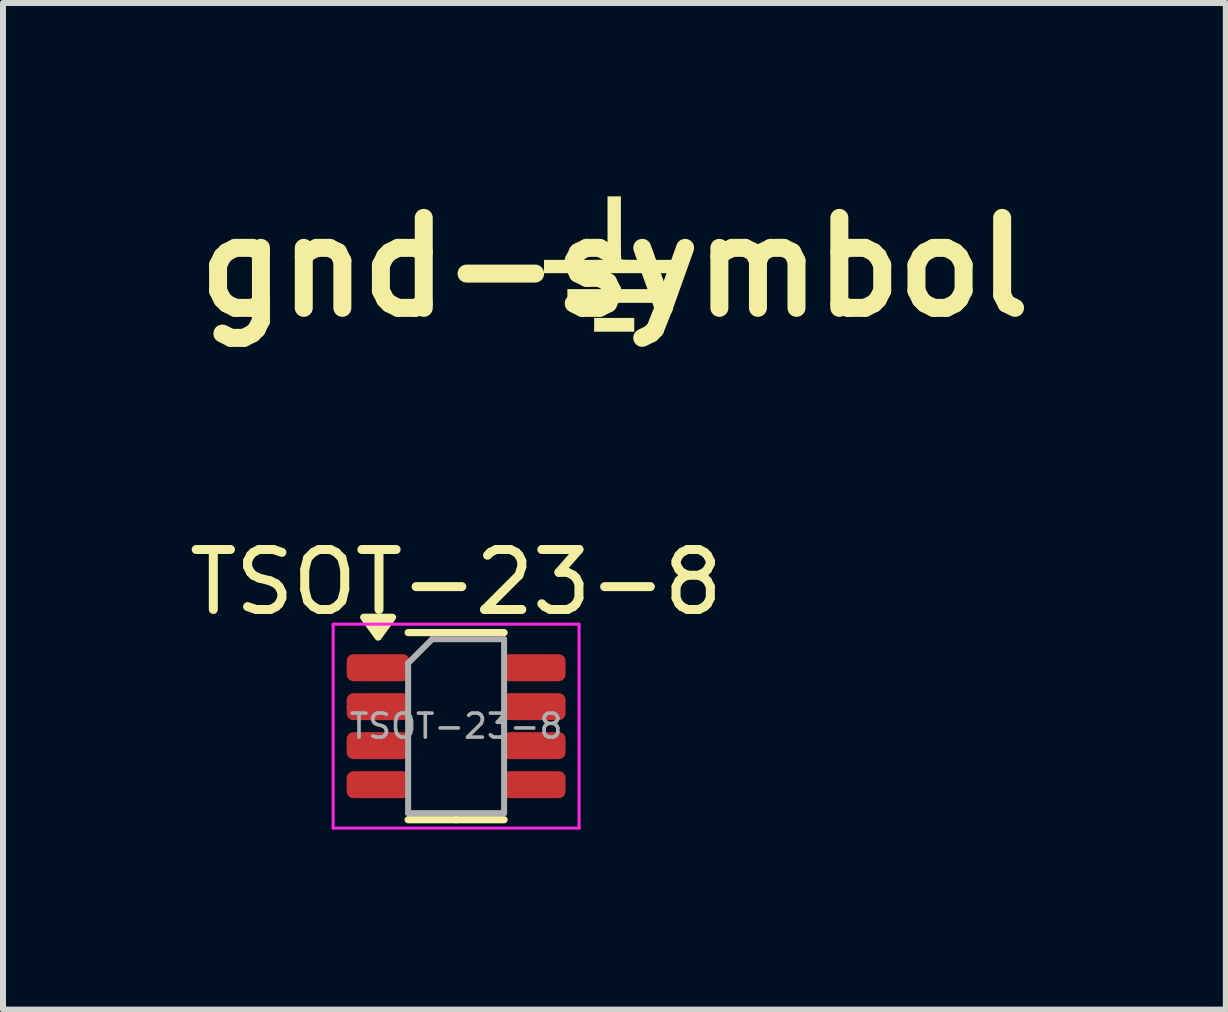
<source format=kicad_pcb>
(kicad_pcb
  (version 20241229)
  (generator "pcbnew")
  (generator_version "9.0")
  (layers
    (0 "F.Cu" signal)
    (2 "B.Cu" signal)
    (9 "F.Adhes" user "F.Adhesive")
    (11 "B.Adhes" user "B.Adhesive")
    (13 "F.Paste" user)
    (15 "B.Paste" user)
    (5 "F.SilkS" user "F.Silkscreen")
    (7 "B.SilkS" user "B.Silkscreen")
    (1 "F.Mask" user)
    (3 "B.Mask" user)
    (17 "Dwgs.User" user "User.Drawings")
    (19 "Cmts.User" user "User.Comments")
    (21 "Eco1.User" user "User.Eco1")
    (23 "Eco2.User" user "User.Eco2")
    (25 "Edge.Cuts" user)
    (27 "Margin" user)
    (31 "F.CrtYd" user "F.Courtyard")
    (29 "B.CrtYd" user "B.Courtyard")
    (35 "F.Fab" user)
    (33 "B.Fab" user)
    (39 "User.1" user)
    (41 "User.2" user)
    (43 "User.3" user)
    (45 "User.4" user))
  (footprint "gnd-symbol"
    (layer "F.Cu")
    (at 7.193 1.404)
    (property "Reference" "gnd-symbol" (at 0 0 0) (layer "F.SilkS") (effects (font (size 1.5 1.5) (thickness 0.3))))
    (attr board_only exclude_from_pos_files exclude_from_bom)
    (fp_poly (pts (xy 0.331 0.961) (xy 0.331 1.076) (xy -0.003 1.076) (xy -0.338 1.076) (xy -0.338 0.961) (xy -0.338 0.846) (xy -0.003 0.846) (xy 0.331 0.846)) (stroke (width 0) (type solid)) (fill yes) (layer "F.SilkS"))
    (fp_poly (pts (xy 0.77 0.481) (xy 0.77 0.595) (xy -0.007 0.595) (xy -0.784 0.595) (xy -0.784 0.481) (xy -0.784 0.366) (xy -0.007 0.366) (xy 0.77 0.366)) (stroke (width 0) (type solid)) (fill yes) (layer "F.SilkS"))
    (fp_poly (pts (xy 0.108 -0.661) (xy 0.108 -0.562) (xy 0.108 -0.476) (xy 0.108 -0.402) (xy 0.109 -0.339) (xy 0.109 -0.286) (xy 0.11 -0.243) (xy 0.11 -0.209) (xy 0.111 -0.182) (xy 0.112 -0.162) (xy 0.114 -0.147) (xy 0.115 -0.138) (xy 0.117 -0.133) (xy 0.118 -0.132) (xy 0.121 -0.13) (xy 0.129 -0.128) (xy 0.14 -0.127) (xy 0.158 -0.126) (xy 0.181 -0.125) (xy 0.212 -0.124) (xy 0.251 -0.123) (xy 0.299 -0.123) (xy 0.357 -0.122) (xy 0.426 -0.122) (xy 0.506 -0.122) (xy 0.599 -0.122) (xy 0.647 -0.122) (xy 1.167 -0.122) (xy 1.167 -0.01) (xy 1.167 0.101) (xy -0.003 0.101) (xy -1.174 0.101) (xy -1.174 -0.01) (xy -1.174 -0.122) (xy -0.654 -0.122) (xy -0.555 -0.122) (xy -0.469 -0.122) (xy -0.395 -0.122) (xy -0.332 -0.123) (xy -0.279 -0.123) (xy -0.236 -0.124) (xy -0.202 -0.124) (xy -0.175 -0.125) (xy -0.155 -0.126) (xy -0.141 -0.128) (xy -0.131 -0.129) (xy -0.126 -0.131) (xy -0.125 -0.132) (xy -0.123 -0.135) (xy -0.121 -0.143) (xy -0.12 -0.154) (xy -0.119 -0.172) (xy -0.118 -0.195) (xy -0.117 -0.226) (xy -0.116 -0.265) (xy -0.116 -0.313) (xy -0.115 -0.371) (xy -0.115 -0.44) (xy -0.115 -0.52) (xy -0.115 -0.613) (xy -0.115 -0.661) (xy -0.115 -1.181) (xy -0.003 -1.181) (xy 0.108 -1.181)) (stroke (width 0) (type solid)) (fill yes) (layer "F.SilkS")))
  (footprint "TSOT-23-8"
    (layer "F.Cu")
    (at 4.554 9.056)
    (property "Reference" "TSOT-23-8" (at 0 -2.4 0) (layer "F.SilkS") (effects (font (size 1 1) (thickness 0.15))))
    (attr smd)
    (fp_line (start 0 -1.56) (end -0.8 -1.56) (stroke (width 0.12) (type solid)) (layer "F.SilkS"))
    (fp_line (start 0 -1.56) (end 0.8 -1.56) (stroke (width 0.12) (type solid)) (layer "F.SilkS"))
    (fp_line (start 0 1.56) (end -0.8 1.56) (stroke (width 0.12) (type solid)) (layer "F.SilkS"))
    (fp_line (start 0 1.56) (end 0.8 1.56) (stroke (width 0.12) (type solid)) (layer "F.SilkS"))
    (fp_poly (pts (xy -1.3 -1.485) (xy -1.54 -1.815) (xy -1.06 -1.815) (xy -1.3 -1.485)) (stroke (width 0.12) (type solid)) (fill yes) (layer "F.SilkS"))
    (fp_line (start -2.05 -1.7) (end -2.05 1.7) (stroke (width 0.05) (type solid)) (layer "F.CrtYd"))
    (fp_line (start -2.05 1.7) (end 2.05 1.7) (stroke (width 0.05) (type solid)) (layer "F.CrtYd"))
    (fp_line (start 2.05 -1.7) (end -2.05 -1.7) (stroke (width 0.05) (type solid)) (layer "F.CrtYd"))
    (fp_line (start 2.05 1.7) (end 2.05 -1.7) (stroke (width 0.05) (type solid)) (layer "F.CrtYd"))
    (fp_line (start -0.8 -1.05) (end -0.4 -1.45) (stroke (width 0.1) (type solid)) (layer "F.Fab"))
    (fp_line (start -0.8 1.45) (end -0.8 -1.05) (stroke (width 0.1) (type solid)) (layer "F.Fab"))
    (fp_line (start -0.4 -1.45) (end 0.8 -1.45) (stroke (width 0.1) (type solid)) (layer "F.Fab"))
    (fp_line (start 0.8 -1.45) (end 0.8 1.45) (stroke (width 0.1) (type solid)) (layer "F.Fab"))
    (fp_line (start 0.8 1.45) (end -0.8 1.45) (stroke (width 0.1) (type solid)) (layer "F.Fab"))
    (fp_text user "${REFERENCE}" (at 0 0 0) (layer "F.Fab") (effects (font (size 0.4 0.4) (thickness 0.06))))
    (pad "1" smd roundrect (at -1.3 -0.975) (size 1.05 0.45) (layers "F.Cu" "F.Mask" "F.Paste") (roundrect_rratio 0.25))
    (pad "2" smd roundrect (at -1.3 -0.325) (size 1.05 0.45) (layers "F.Cu" "F.Mask" "F.Paste") (roundrect_rratio 0.25))
    (pad "3" smd roundrect (at -1.3 0.325) (size 1.05 0.45) (layers "F.Cu" "F.Mask" "F.Paste") (roundrect_rratio 0.25))
    (pad "4" smd roundrect (at -1.3 0.975) (size 1.05 0.45) (layers "F.Cu" "F.Mask" "F.Paste") (roundrect_rratio 0.25))
    (pad "5" smd roundrect (at 1.3 0.975) (size 1.05 0.45) (layers "F.Cu" "F.Mask" "F.Paste") (roundrect_rratio 0.25))
    (pad "6" smd roundrect (at 1.3 0.325) (size 1.05 0.45) (layers "F.Cu" "F.Mask" "F.Paste") (roundrect_rratio 0.25))
    (pad "7" smd roundrect (at 1.3 -0.325) (size 1.05 0.45) (layers "F.Cu" "F.Mask" "F.Paste") (roundrect_rratio 0.25))
    (pad "8" smd roundrect (at 1.3 -0.975) (size 1.05 0.45) (layers "F.Cu" "F.Mask" "F.Paste") (roundrect_rratio 0.25)))
  (gr_rect
    (start -3 -3)
    (end 17.386 13.781)
    (stroke (width 0.1) (type default))
    (fill no)
    (layer "Edge.Cuts")))
</source>
